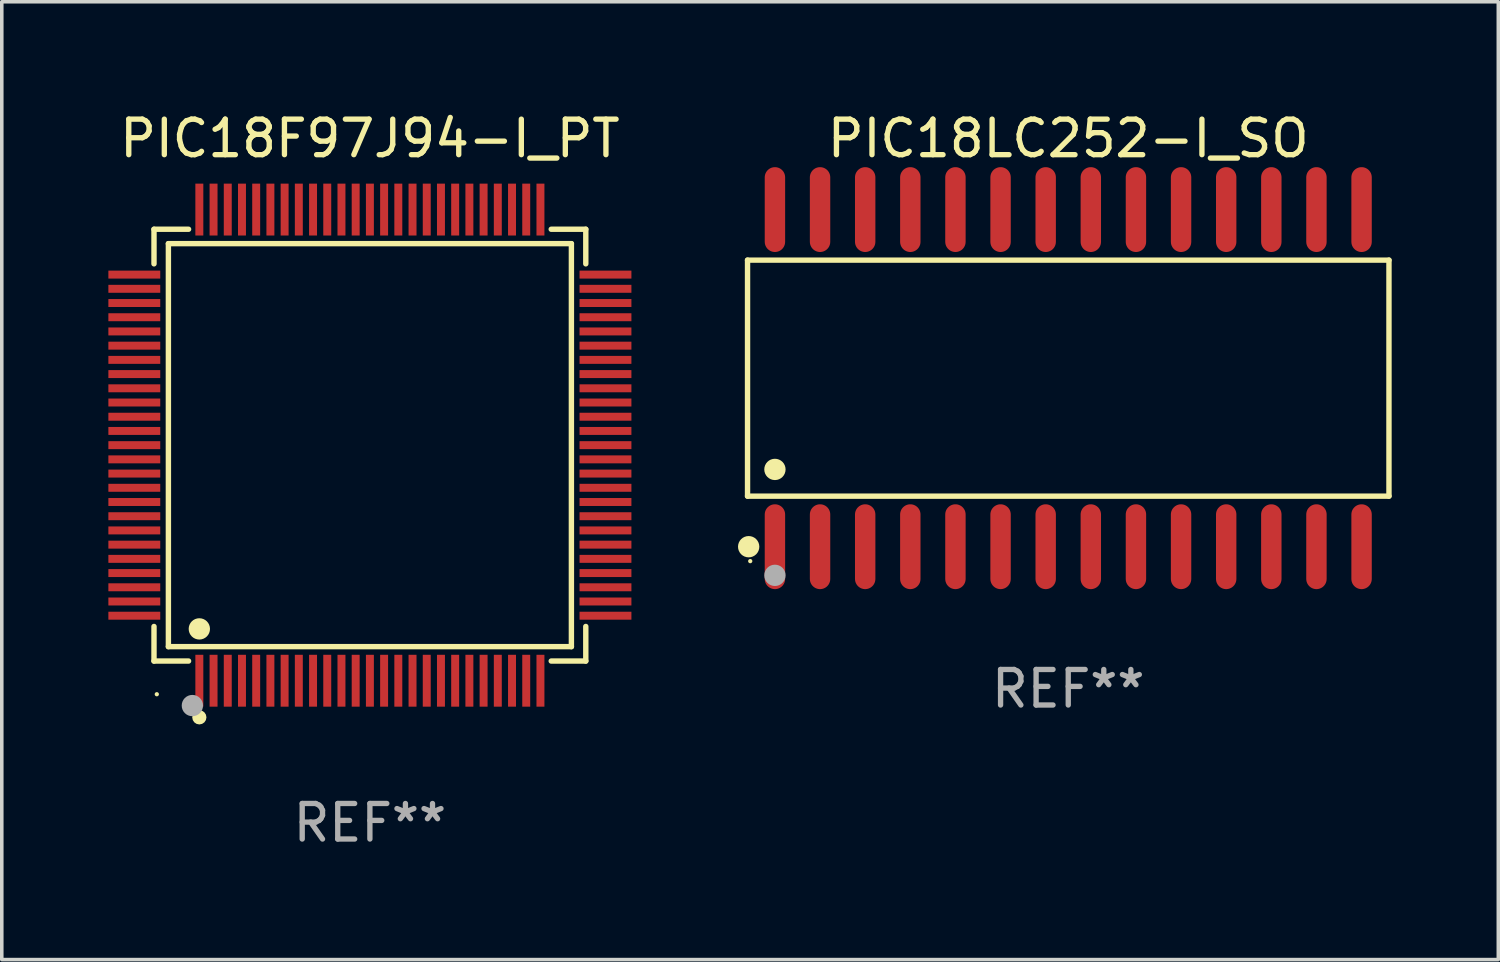
<source format=kicad_pcb>
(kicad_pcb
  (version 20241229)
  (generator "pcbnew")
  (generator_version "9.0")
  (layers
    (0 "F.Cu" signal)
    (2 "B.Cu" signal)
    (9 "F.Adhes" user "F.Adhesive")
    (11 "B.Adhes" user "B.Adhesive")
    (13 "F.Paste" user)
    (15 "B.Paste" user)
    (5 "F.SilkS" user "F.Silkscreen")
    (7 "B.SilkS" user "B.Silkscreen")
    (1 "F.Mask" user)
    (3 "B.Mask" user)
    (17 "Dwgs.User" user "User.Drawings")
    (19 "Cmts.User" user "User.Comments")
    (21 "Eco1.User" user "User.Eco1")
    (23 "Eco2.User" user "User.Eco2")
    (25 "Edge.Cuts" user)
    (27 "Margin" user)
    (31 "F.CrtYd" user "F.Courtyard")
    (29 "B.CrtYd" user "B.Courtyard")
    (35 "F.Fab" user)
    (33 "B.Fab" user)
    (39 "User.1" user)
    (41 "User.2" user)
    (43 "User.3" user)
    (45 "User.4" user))
  (footprint "PIC18F97J94-I_PT"
    (layer "F.Cu")
    (at 7.36 9.478)
    (property "Reference" "PIC18F97J94-I_PT" (at 0 -8.63 0) (layer "F.SilkS") (effects (font (size 1 1) (thickness 0.15))))
    (attr through_hole)
    (fp_line (start -6.076 -6.076) (end -5.103 -6.076) (stroke (width 0.152) (type solid)) (layer "F.SilkS"))
    (fp_line (start -6.076 -5.103) (end -6.076 -6.076) (stroke (width 0.152) (type solid)) (layer "F.SilkS"))
    (fp_line (start -6.076 5.103) (end -6.076 6.076) (stroke (width 0.152) (type solid)) (layer "F.SilkS"))
    (fp_line (start -6.076 6.076) (end -5.103 6.076) (stroke (width 0.152) (type solid)) (layer "F.SilkS"))
    (fp_line (start -5.671 -5.671) (end 5.671 -5.671) (stroke (width 0.152) (type solid)) (layer "F.SilkS"))
    (fp_line (start -5.671 5.671) (end -5.671 -5.671) (stroke (width 0.152) (type solid)) (layer "F.SilkS"))
    (fp_line (start 5.671 -5.671) (end 5.671 5.671) (stroke (width 0.152) (type solid)) (layer "F.SilkS"))
    (fp_line (start 5.671 5.671) (end -5.671 5.671) (stroke (width 0.152) (type solid)) (layer "F.SilkS"))
    (fp_line (start 6.076 -6.076) (end 5.103 -6.076) (stroke (width 0.152) (type solid)) (layer "F.SilkS"))
    (fp_line (start 6.076 -5.103) (end 6.076 -6.076) (stroke (width 0.152) (type solid)) (layer "F.SilkS"))
    (fp_line (start 6.076 5.103) (end 6.076 6.076) (stroke (width 0.152) (type solid)) (layer "F.SilkS"))
    (fp_line (start 6.076 6.076) (end 5.103 6.076) (stroke (width 0.152) (type solid)) (layer "F.SilkS"))
    (fp_circle (center -5.997 7.01) (end -5.967 7.01) (stroke (width 0.06) (type solid)) (fill no) (layer "F.SilkS"))
    (fp_circle (center -4.8 5.171) (end -4.65 5.171) (stroke (width 0.3) (type solid)) (fill no) (layer "F.SilkS"))
    (fp_circle (center -4.8 7.66) (end -4.7 7.66) (stroke (width 0.2) (type solid)) (fill no) (layer "F.SilkS"))
    (fp_circle (center -4.996 7.329) (end -4.846 7.329) (stroke (width 0.3) (type solid)) (fill no) (layer "F.Fab"))
    (fp_text user "REF**" (at 0 10.63 0) (layer "F.Fab") (effects (font (size 1 1) (thickness 0.15))))
    (pad "1" smd rect (at -4.8 6.63) (size 0.224 1.46) (layers "F.Cu" "F.Mask" "F.Paste"))
    (pad "2" smd rect (at -4.4 6.63) (size 0.224 1.46) (layers "F.Cu" "F.Mask" "F.Paste"))
    (pad "3" smd rect (at -4 6.63) (size 0.224 1.46) (layers "F.Cu" "F.Mask" "F.Paste"))
    (pad "4" smd rect (at -3.6 6.63) (size 0.224 1.46) (layers "F.Cu" "F.Mask" "F.Paste"))
    (pad "5" smd rect (at -3.2 6.63) (size 0.224 1.46) (layers "F.Cu" "F.Mask" "F.Paste"))
    (pad "6" smd rect (at -2.8 6.63) (size 0.224 1.46) (layers "F.Cu" "F.Mask" "F.Paste"))
    (pad "7" smd rect (at -2.4 6.63) (size 0.224 1.46) (layers "F.Cu" "F.Mask" "F.Paste"))
    (pad "8" smd rect (at -2 6.63) (size 0.224 1.46) (layers "F.Cu" "F.Mask" "F.Paste"))
    (pad "9" smd rect (at -1.6 6.63) (size 0.224 1.46) (layers "F.Cu" "F.Mask" "F.Paste"))
    (pad "10" smd rect (at -1.2 6.63) (size 0.224 1.46) (layers "F.Cu" "F.Mask" "F.Paste"))
    (pad "11" smd rect (at -0.8 6.63) (size 0.224 1.46) (layers "F.Cu" "F.Mask" "F.Paste"))
    (pad "12" smd rect (at -0.4 6.63) (size 0.224 1.46) (layers "F.Cu" "F.Mask" "F.Paste"))
    (pad "13" smd rect (at 0 6.63) (size 0.224 1.46) (layers "F.Cu" "F.Mask" "F.Paste"))
    (pad "14" smd rect (at 0.4 6.63) (size 0.224 1.46) (layers "F.Cu" "F.Mask" "F.Paste"))
    (pad "15" smd rect (at 0.8 6.63) (size 0.224 1.46) (layers "F.Cu" "F.Mask" "F.Paste"))
    (pad "16" smd rect (at 1.2 6.63) (size 0.224 1.46) (layers "F.Cu" "F.Mask" "F.Paste"))
    (pad "17" smd rect (at 1.6 6.63) (size 0.224 1.46) (layers "F.Cu" "F.Mask" "F.Paste"))
    (pad "18" smd rect (at 2 6.63) (size 0.224 1.46) (layers "F.Cu" "F.Mask" "F.Paste"))
    (pad "19" smd rect (at 2.4 6.63) (size 0.224 1.46) (layers "F.Cu" "F.Mask" "F.Paste"))
    (pad "20" smd rect (at 2.8 6.63) (size 0.224 1.46) (layers "F.Cu" "F.Mask" "F.Paste"))
    (pad "21" smd rect (at 3.2 6.63) (size 0.224 1.46) (layers "F.Cu" "F.Mask" "F.Paste"))
    (pad "22" smd rect (at 3.6 6.63) (size 0.224 1.46) (layers "F.Cu" "F.Mask" "F.Paste"))
    (pad "23" smd rect (at 4 6.63) (size 0.224 1.46) (layers "F.Cu" "F.Mask" "F.Paste"))
    (pad "24" smd rect (at 4.4 6.63) (size 0.224 1.46) (layers "F.Cu" "F.Mask" "F.Paste"))
    (pad "25" smd rect (at 4.8 6.63) (size 0.224 1.46) (layers "F.Cu" "F.Mask" "F.Paste"))
    (pad "26" smd rect (at 6.63 4.8) (size 1.46 0.224) (layers "F.Cu" "F.Mask" "F.Paste"))
    (pad "27" smd rect (at 6.63 4.4) (size 1.46 0.224) (layers "F.Cu" "F.Mask" "F.Paste"))
    (pad "28" smd rect (at 6.63 4) (size 1.46 0.224) (layers "F.Cu" "F.Mask" "F.Paste"))
    (pad "29" smd rect (at 6.63 3.6) (size 1.46 0.224) (layers "F.Cu" "F.Mask" "F.Paste"))
    (pad "30" smd rect (at 6.63 3.2) (size 1.46 0.224) (layers "F.Cu" "F.Mask" "F.Paste"))
    (pad "31" smd rect (at 6.63 2.8) (size 1.46 0.224) (layers "F.Cu" "F.Mask" "F.Paste"))
    (pad "32" smd rect (at 6.63 2.4) (size 1.46 0.224) (layers "F.Cu" "F.Mask" "F.Paste"))
    (pad "33" smd rect (at 6.63 2) (size 1.46 0.224) (layers "F.Cu" "F.Mask" "F.Paste"))
    (pad "34" smd rect (at 6.63 1.6) (size 1.46 0.224) (layers "F.Cu" "F.Mask" "F.Paste"))
    (pad "35" smd rect (at 6.63 1.2) (size 1.46 0.224) (layers "F.Cu" "F.Mask" "F.Paste"))
    (pad "36" smd rect (at 6.63 0.8) (size 1.46 0.224) (layers "F.Cu" "F.Mask" "F.Paste"))
    (pad "37" smd rect (at 6.63 0.4) (size 1.46 0.224) (layers "F.Cu" "F.Mask" "F.Paste"))
    (pad "38" smd rect (at 6.63 0) (size 1.46 0.224) (layers "F.Cu" "F.Mask" "F.Paste"))
    (pad "39" smd rect (at 6.63 -0.4) (size 1.46 0.224) (layers "F.Cu" "F.Mask" "F.Paste"))
    (pad "40" smd rect (at 6.63 -0.8) (size 1.46 0.224) (layers "F.Cu" "F.Mask" "F.Paste"))
    (pad "41" smd rect (at 6.63 -1.2) (size 1.46 0.224) (layers "F.Cu" "F.Mask" "F.Paste"))
    (pad "42" smd rect (at 6.63 -1.6) (size 1.46 0.224) (layers "F.Cu" "F.Mask" "F.Paste"))
    (pad "43" smd rect (at 6.63 -2) (size 1.46 0.224) (layers "F.Cu" "F.Mask" "F.Paste"))
    (pad "44" smd rect (at 6.63 -2.4) (size 1.46 0.224) (layers "F.Cu" "F.Mask" "F.Paste"))
    (pad "45" smd rect (at 6.63 -2.8) (size 1.46 0.224) (layers "F.Cu" "F.Mask" "F.Paste"))
    (pad "46" smd rect (at 6.63 -3.2) (size 1.46 0.224) (layers "F.Cu" "F.Mask" "F.Paste"))
    (pad "47" smd rect (at 6.63 -3.6) (size 1.46 0.224) (layers "F.Cu" "F.Mask" "F.Paste"))
    (pad "48" smd rect (at 6.63 -4) (size 1.46 0.224) (layers "F.Cu" "F.Mask" "F.Paste"))
    (pad "49" smd rect (at 6.63 -4.4) (size 1.46 0.224) (layers "F.Cu" "F.Mask" "F.Paste"))
    (pad "50" smd rect (at 6.63 -4.8) (size 1.46 0.224) (layers "F.Cu" "F.Mask" "F.Paste"))
    (pad "51" smd rect (at 4.8 -6.63) (size 0.224 1.46) (layers "F.Cu" "F.Mask" "F.Paste"))
    (pad "52" smd rect (at 4.4 -6.63) (size 0.224 1.46) (layers "F.Cu" "F.Mask" "F.Paste"))
    (pad "53" smd rect (at 4 -6.63) (size 0.224 1.46) (layers "F.Cu" "F.Mask" "F.Paste"))
    (pad "54" smd rect (at 3.6 -6.63) (size 0.224 1.46) (layers "F.Cu" "F.Mask" "F.Paste"))
    (pad "55" smd rect (at 3.2 -6.63) (size 0.224 1.46) (layers "F.Cu" "F.Mask" "F.Paste"))
    (pad "56" smd rect (at 2.8 -6.63) (size 0.224 1.46) (layers "F.Cu" "F.Mask" "F.Paste"))
    (pad "57" smd rect (at 2.4 -6.63) (size 0.224 1.46) (layers "F.Cu" "F.Mask" "F.Paste"))
    (pad "58" smd rect (at 2 -6.63) (size 0.224 1.46) (layers "F.Cu" "F.Mask" "F.Paste"))
    (pad "59" smd rect (at 1.6 -6.63) (size 0.224 1.46) (layers "F.Cu" "F.Mask" "F.Paste"))
    (pad "60" smd rect (at 1.2 -6.63) (size 0.224 1.46) (layers "F.Cu" "F.Mask" "F.Paste"))
    (pad "61" smd rect (at 0.8 -6.63) (size 0.224 1.46) (layers "F.Cu" "F.Mask" "F.Paste"))
    (pad "62" smd rect (at 0.4 -6.63) (size 0.224 1.46) (layers "F.Cu" "F.Mask" "F.Paste"))
    (pad "63" smd rect (at 0 -6.63) (size 0.224 1.46) (layers "F.Cu" "F.Mask" "F.Paste"))
    (pad "64" smd rect (at -0.4 -6.63) (size 0.224 1.46) (layers "F.Cu" "F.Mask" "F.Paste"))
    (pad "65" smd rect (at -0.8 -6.63) (size 0.224 1.46) (layers "F.Cu" "F.Mask" "F.Paste"))
    (pad "66" smd rect (at -1.2 -6.63) (size 0.224 1.46) (layers "F.Cu" "F.Mask" "F.Paste"))
    (pad "67" smd rect (at -1.6 -6.63) (size 0.224 1.46) (layers "F.Cu" "F.Mask" "F.Paste"))
    (pad "68" smd rect (at -2 -6.63) (size 0.224 1.46) (layers "F.Cu" "F.Mask" "F.Paste"))
    (pad "69" smd rect (at -2.4 -6.63) (size 0.224 1.46) (layers "F.Cu" "F.Mask" "F.Paste"))
    (pad "70" smd rect (at -2.8 -6.63) (size 0.224 1.46) (layers "F.Cu" "F.Mask" "F.Paste"))
    (pad "71" smd rect (at -3.2 -6.63) (size 0.224 1.46) (layers "F.Cu" "F.Mask" "F.Paste"))
    (pad "72" smd rect (at -3.6 -6.63) (size 0.224 1.46) (layers "F.Cu" "F.Mask" "F.Paste"))
    (pad "73" smd rect (at -4 -6.63) (size 0.224 1.46) (layers "F.Cu" "F.Mask" "F.Paste"))
    (pad "74" smd rect (at -4.4 -6.63) (size 0.224 1.46) (layers "F.Cu" "F.Mask" "F.Paste"))
    (pad "75" smd rect (at -4.8 -6.63) (size 0.224 1.46) (layers "F.Cu" "F.Mask" "F.Paste"))
    (pad "76" smd rect (at -6.63 -4.8) (size 1.46 0.224) (layers "F.Cu" "F.Mask" "F.Paste"))
    (pad "77" smd rect (at -6.63 -4.4) (size 1.46 0.224) (layers "F.Cu" "F.Mask" "F.Paste"))
    (pad "78" smd rect (at -6.63 -4) (size 1.46 0.224) (layers "F.Cu" "F.Mask" "F.Paste"))
    (pad "79" smd rect (at -6.63 -3.6) (size 1.46 0.224) (layers "F.Cu" "F.Mask" "F.Paste"))
    (pad "80" smd rect (at -6.63 -3.2) (size 1.46 0.224) (layers "F.Cu" "F.Mask" "F.Paste"))
    (pad "81" smd rect (at -6.63 -2.8) (size 1.46 0.224) (layers "F.Cu" "F.Mask" "F.Paste"))
    (pad "82" smd rect (at -6.63 -2.4) (size 1.46 0.224) (layers "F.Cu" "F.Mask" "F.Paste"))
    (pad "83" smd rect (at -6.63 -2) (size 1.46 0.224) (layers "F.Cu" "F.Mask" "F.Paste"))
    (pad "84" smd rect (at -6.63 -1.6) (size 1.46 0.224) (layers "F.Cu" "F.Mask" "F.Paste"))
    (pad "85" smd rect (at -6.63 -1.2) (size 1.46 0.224) (layers "F.Cu" "F.Mask" "F.Paste"))
    (pad "86" smd rect (at -6.63 -0.8) (size 1.46 0.224) (layers "F.Cu" "F.Mask" "F.Paste"))
    (pad "87" smd rect (at -6.63 -0.4) (size 1.46 0.224) (layers "F.Cu" "F.Mask" "F.Paste"))
    (pad "88" smd rect (at -6.63 0) (size 1.46 0.224) (layers "F.Cu" "F.Mask" "F.Paste"))
    (pad "89" smd rect (at -6.63 0.4) (size 1.46 0.224) (layers "F.Cu" "F.Mask" "F.Paste"))
    (pad "90" smd rect (at -6.63 0.8) (size 1.46 0.224) (layers "F.Cu" "F.Mask" "F.Paste"))
    (pad "91" smd rect (at -6.63 1.2) (size 1.46 0.224) (layers "F.Cu" "F.Mask" "F.Paste"))
    (pad "92" smd rect (at -6.63 1.6) (size 1.46 0.224) (layers "F.Cu" "F.Mask" "F.Paste"))
    (pad "93" smd rect (at -6.63 2) (size 1.46 0.224) (layers "F.Cu" "F.Mask" "F.Paste"))
    (pad "94" smd rect (at -6.63 2.4) (size 1.46 0.224) (layers "F.Cu" "F.Mask" "F.Paste"))
    (pad "95" smd rect (at -6.63 2.8) (size 1.46 0.224) (layers "F.Cu" "F.Mask" "F.Paste"))
    (pad "96" smd rect (at -6.63 3.2) (size 1.46 0.224) (layers "F.Cu" "F.Mask" "F.Paste"))
    (pad "97" smd rect (at -6.63 3.6) (size 1.46 0.224) (layers "F.Cu" "F.Mask" "F.Paste"))
    (pad "98" smd rect (at -6.63 4) (size 1.46 0.224) (layers "F.Cu" "F.Mask" "F.Paste"))
    (pad "99" smd rect (at -6.63 4.4) (size 1.46 0.224) (layers "F.Cu" "F.Mask" "F.Paste"))
    (pad "100" smd rect (at -6.63 4.8) (size 1.46 0.224) (layers "F.Cu" "F.Mask" "F.Paste")))
  (footprint "PIC18LC252-I_SO"
    (layer "F.Cu")
    (at 27.014 7.592)
    (property "Reference" "PIC18LC252-I_SO" (at 0 -6.744 0) (layer "F.SilkS") (effects (font (size 1 1) (thickness 0.15))))
    (attr through_hole)
    (fp_line (start -9.026 -3.321) (end 9.026 -3.321) (stroke (width 0.152) (type solid)) (layer "F.SilkS"))
    (fp_line (start -9.026 3.321) (end -9.026 -3.321) (stroke (width 0.152) (type solid)) (layer "F.SilkS"))
    (fp_line (start 9.026 -3.321) (end 9.026 3.321) (stroke (width 0.152) (type solid)) (layer "F.SilkS"))
    (fp_line (start 9.026 3.321) (end -9.026 3.321) (stroke (width 0.152) (type solid)) (layer "F.SilkS"))
    (fp_circle (center -8.994 4.744) (end -8.844 4.744) (stroke (width 0.3) (type solid)) (fill no) (layer "F.SilkS"))
    (fp_circle (center -8.95 5.15) (end -8.92 5.15) (stroke (width 0.06) (type solid)) (fill no) (layer "F.SilkS"))
    (fp_circle (center -8.255 2.569) (end -8.105 2.569) (stroke (width 0.3) (type solid)) (fill no) (layer "F.SilkS"))
    (fp_circle (center -8.255 5.55) (end -8.105 5.55) (stroke (width 0.3) (type solid)) (fill no) (layer "F.Fab"))
    (fp_text user "REF**" (at 0 8.744 0) (layer "F.Fab") (effects (font (size 1 1) (thickness 0.15))))
    (pad "1" smd oval (at -8.255 4.744) (size 0.574 2.388) (layers "F.Cu" "F.Mask" "F.Paste"))
    (pad "2" smd oval (at -6.985 4.744) (size 0.574 2.388) (layers "F.Cu" "F.Mask" "F.Paste"))
    (pad "3" smd oval (at -5.715 4.744) (size 0.574 2.388) (layers "F.Cu" "F.Mask" "F.Paste"))
    (pad "4" smd oval (at -4.445 4.744) (size 0.574 2.388) (layers "F.Cu" "F.Mask" "F.Paste"))
    (pad "5" smd oval (at -3.175 4.744) (size 0.574 2.388) (layers "F.Cu" "F.Mask" "F.Paste"))
    (pad "6" smd oval (at -1.905 4.744) (size 0.574 2.388) (layers "F.Cu" "F.Mask" "F.Paste"))
    (pad "7" smd oval (at -0.635 4.744) (size 0.574 2.388) (layers "F.Cu" "F.Mask" "F.Paste"))
    (pad "8" smd oval (at 0.635 4.744) (size 0.574 2.388) (layers "F.Cu" "F.Mask" "F.Paste"))
    (pad "9" smd oval (at 1.905 4.744) (size 0.574 2.388) (layers "F.Cu" "F.Mask" "F.Paste"))
    (pad "10" smd oval (at 3.175 4.744) (size 0.574 2.388) (layers "F.Cu" "F.Mask" "F.Paste"))
    (pad "11" smd oval (at 4.445 4.744) (size 0.574 2.388) (layers "F.Cu" "F.Mask" "F.Paste"))
    (pad "12" smd oval (at 5.715 4.744) (size 0.574 2.388) (layers "F.Cu" "F.Mask" "F.Paste"))
    (pad "13" smd oval (at 6.985 4.744) (size 0.574 2.388) (layers "F.Cu" "F.Mask" "F.Paste"))
    (pad "14" smd oval (at 8.255 4.744) (size 0.574 2.388) (layers "F.Cu" "F.Mask" "F.Paste"))
    (pad "15" smd oval (at 8.255 -4.744) (size 0.574 2.388) (layers "F.Cu" "F.Mask" "F.Paste"))
    (pad "16" smd oval (at 6.985 -4.744) (size 0.574 2.388) (layers "F.Cu" "F.Mask" "F.Paste"))
    (pad "17" smd oval (at 5.715 -4.744) (size 0.574 2.388) (layers "F.Cu" "F.Mask" "F.Paste"))
    (pad "18" smd oval (at 4.445 -4.744) (size 0.574 2.388) (layers "F.Cu" "F.Mask" "F.Paste"))
    (pad "19" smd oval (at 3.175 -4.744) (size 0.574 2.388) (layers "F.Cu" "F.Mask" "F.Paste"))
    (pad "20" smd oval (at 1.905 -4.744) (size 0.574 2.388) (layers "F.Cu" "F.Mask" "F.Paste"))
    (pad "21" smd oval (at 0.635 -4.744) (size 0.574 2.388) (layers "F.Cu" "F.Mask" "F.Paste"))
    (pad "22" smd oval (at -0.635 -4.744) (size 0.574 2.388) (layers "F.Cu" "F.Mask" "F.Paste"))
    (pad "23" smd oval (at -1.905 -4.744) (size 0.574 2.388) (layers "F.Cu" "F.Mask" "F.Paste"))
    (pad "24" smd oval (at -3.175 -4.744) (size 0.574 2.388) (layers "F.Cu" "F.Mask" "F.Paste"))
    (pad "25" smd oval (at -4.445 -4.744) (size 0.574 2.388) (layers "F.Cu" "F.Mask" "F.Paste"))
    (pad "26" smd oval (at -5.715 -4.744) (size 0.574 2.388) (layers "F.Cu" "F.Mask" "F.Paste"))
    (pad "27" smd oval (at -6.985 -4.744) (size 0.574 2.388) (layers "F.Cu" "F.Mask" "F.Paste"))
    (pad "28" smd oval (at -8.255 -4.744) (size 0.574 2.388) (layers "F.Cu" "F.Mask" "F.Paste")))
  (gr_rect
    (start -3 -3)
    (end 39.117 23.956)
    (stroke (width 0.1) (type default))
    (fill no)
    (layer "Edge.Cuts")))
</source>
